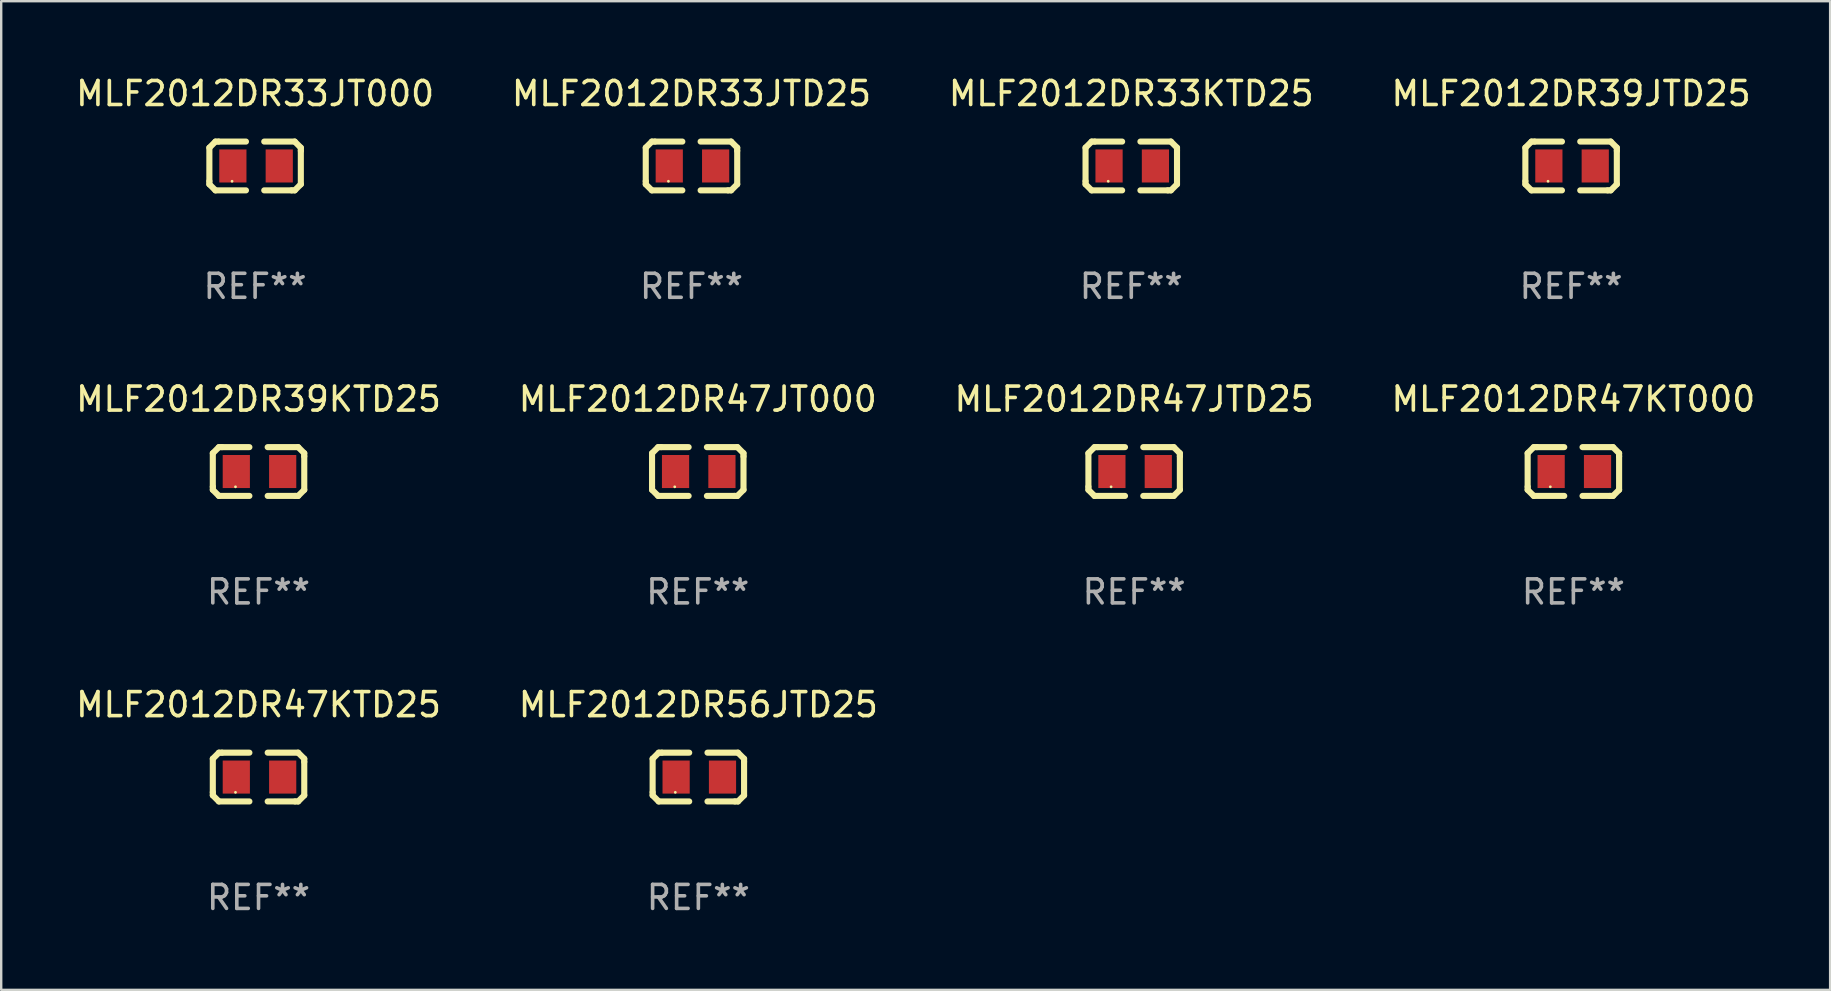
<source format=kicad_pcb>
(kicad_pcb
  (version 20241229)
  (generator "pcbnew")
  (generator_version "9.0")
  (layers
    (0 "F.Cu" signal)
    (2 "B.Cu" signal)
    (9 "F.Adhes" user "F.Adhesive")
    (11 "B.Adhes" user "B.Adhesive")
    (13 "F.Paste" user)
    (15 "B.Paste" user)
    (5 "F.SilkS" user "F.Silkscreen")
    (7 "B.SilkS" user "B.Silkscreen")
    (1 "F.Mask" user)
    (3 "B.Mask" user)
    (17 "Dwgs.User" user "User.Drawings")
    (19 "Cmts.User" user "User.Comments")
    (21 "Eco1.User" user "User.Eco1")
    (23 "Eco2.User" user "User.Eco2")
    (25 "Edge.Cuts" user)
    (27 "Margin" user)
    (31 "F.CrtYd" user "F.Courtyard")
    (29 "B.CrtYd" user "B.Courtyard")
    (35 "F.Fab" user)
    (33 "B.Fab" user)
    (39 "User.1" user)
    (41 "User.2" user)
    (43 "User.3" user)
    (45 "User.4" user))
  (footprint "MLF2012DR47KTD25"
    (layer "F.Cu")
    (at 7.72 29.321)
    (property "Reference" "MLF2012DR47KTD25" (at 0 -3.016 0) (layer "F.SilkS") (effects (font (size 1 1) (thickness 0.15))))
    (attr through_hole)
    (fp_line (start -1.905 -0.762) (end -1.905 0.635) (stroke (width 0.254) (type solid)) (layer "F.SilkS"))
    (fp_line (start -1.905 0.635) (end -1.905 0.762) (stroke (width 0.254) (type solid)) (layer "F.SilkS"))
    (fp_line (start -1.905 0.762) (end -1.651 1.016) (stroke (width 0.254) (type solid)) (layer "F.SilkS"))
    (fp_line (start -1.651 -1.016) (end -1.905 -0.762) (stroke (width 0.254) (type solid)) (layer "F.SilkS"))
    (fp_line (start -1.651 1.016) (end -0.381 1.016) (stroke (width 0.254) (type solid)) (layer "F.SilkS"))
    (fp_line (start -1.524 -1.016) (end -1.651 -1.016) (stroke (width 0.254) (type solid)) (layer "F.SilkS"))
    (fp_line (start -0.381 -1.016) (end -1.524 -1.016) (stroke (width 0.254) (type solid)) (layer "F.SilkS"))
    (fp_line (start 0.381 1.016) (end 1.524 1.016) (stroke (width 0.254) (type solid)) (layer "F.SilkS"))
    (fp_line (start 1.524 1.016) (end 1.651 1.016) (stroke (width 0.254) (type solid)) (layer "F.SilkS"))
    (fp_line (start 1.651 -1.016) (end 0.381 -1.016) (stroke (width 0.254) (type solid)) (layer "F.SilkS"))
    (fp_line (start 1.651 1.016) (end 1.905 0.762) (stroke (width 0.254) (type solid)) (layer "F.SilkS"))
    (fp_line (start 1.905 -0.762) (end 1.651 -1.016) (stroke (width 0.254) (type solid)) (layer "F.SilkS"))
    (fp_line (start 1.905 -0.635) (end 1.905 -0.762) (stroke (width 0.254) (type solid)) (layer "F.SilkS"))
    (fp_line (start 1.905 0.762) (end 1.905 -0.635) (stroke (width 0.254) (type solid)) (layer "F.SilkS"))
    (fp_circle (center -0.96 0.637) (end -0.93 0.637) (stroke (width 0.06) (type solid)) (fill no) (layer "F.SilkS"))
    (fp_text user "REF**" (at 0 5.016 0) (layer "F.Fab") (effects (font (size 1 1) (thickness 0.15))))
    (pad "1" smd rect (at -0.926 -0.000051) (size 1.133 1.377) (layers "F.Cu" "F.Mask" "F.Paste"))
    (pad "2" smd rect (at 1.006 -0.000051) (size 1.133 1.377) (layers "F.Cu" "F.Mask" "F.Paste")))
  (footprint "MLF2012DR47KT000"
    (layer "F.Cu")
    (at 62.494 16.593)
    (property "Reference" "MLF2012DR47KT000" (at 0 -3.016 0) (layer "F.SilkS") (effects (font (size 1 1) (thickness 0.15))))
    (attr through_hole)
    (fp_line (start -1.905 -0.762) (end -1.905 0.635) (stroke (width 0.254) (type solid)) (layer "F.SilkS"))
    (fp_line (start -1.905 0.635) (end -1.905 0.762) (stroke (width 0.254) (type solid)) (layer "F.SilkS"))
    (fp_line (start -1.905 0.762) (end -1.651 1.016) (stroke (width 0.254) (type solid)) (layer "F.SilkS"))
    (fp_line (start -1.651 -1.016) (end -1.905 -0.762) (stroke (width 0.254) (type solid)) (layer "F.SilkS"))
    (fp_line (start -1.651 1.016) (end -0.381 1.016) (stroke (width 0.254) (type solid)) (layer "F.SilkS"))
    (fp_line (start -1.524 -1.016) (end -1.651 -1.016) (stroke (width 0.254) (type solid)) (layer "F.SilkS"))
    (fp_line (start -0.381 -1.016) (end -1.524 -1.016) (stroke (width 0.254) (type solid)) (layer "F.SilkS"))
    (fp_line (start 0.381 1.016) (end 1.524 1.016) (stroke (width 0.254) (type solid)) (layer "F.SilkS"))
    (fp_line (start 1.524 1.016) (end 1.651 1.016) (stroke (width 0.254) (type solid)) (layer "F.SilkS"))
    (fp_line (start 1.651 -1.016) (end 0.381 -1.016) (stroke (width 0.254) (type solid)) (layer "F.SilkS"))
    (fp_line (start 1.651 1.016) (end 1.905 0.762) (stroke (width 0.254) (type solid)) (layer "F.SilkS"))
    (fp_line (start 1.905 -0.762) (end 1.651 -1.016) (stroke (width 0.254) (type solid)) (layer "F.SilkS"))
    (fp_line (start 1.905 -0.635) (end 1.905 -0.762) (stroke (width 0.254) (type solid)) (layer "F.SilkS"))
    (fp_line (start 1.905 0.762) (end 1.905 -0.635) (stroke (width 0.254) (type solid)) (layer "F.SilkS"))
    (fp_circle (center -0.96 0.637) (end -0.93 0.637) (stroke (width 0.06) (type solid)) (fill no) (layer "F.SilkS"))
    (fp_text user "REF**" (at 0 5.016 0) (layer "F.Fab") (effects (font (size 1 1) (thickness 0.15))))
    (pad "1" smd rect (at -0.926 -0.000051) (size 1.133 1.377) (layers "F.Cu" "F.Mask" "F.Paste"))
    (pad "2" smd rect (at 1.006 -0.000051) (size 1.133 1.377) (layers "F.Cu" "F.Mask" "F.Paste")))
  (footprint "MLF2012DR33JT000"
    (layer "F.Cu")
    (at 7.577 3.864)
    (property "Reference" "MLF2012DR33JT000" (at 0 -3.016 0) (layer "F.SilkS") (effects (font (size 1 1) (thickness 0.15))))
    (attr through_hole)
    (fp_line (start -1.905 -0.762) (end -1.905 0.635) (stroke (width 0.254) (type solid)) (layer "F.SilkS"))
    (fp_line (start -1.905 0.635) (end -1.905 0.762) (stroke (width 0.254) (type solid)) (layer "F.SilkS"))
    (fp_line (start -1.905 0.762) (end -1.651 1.016) (stroke (width 0.254) (type solid)) (layer "F.SilkS"))
    (fp_line (start -1.651 -1.016) (end -1.905 -0.762) (stroke (width 0.254) (type solid)) (layer "F.SilkS"))
    (fp_line (start -1.651 1.016) (end -0.381 1.016) (stroke (width 0.254) (type solid)) (layer "F.SilkS"))
    (fp_line (start -1.524 -1.016) (end -1.651 -1.016) (stroke (width 0.254) (type solid)) (layer "F.SilkS"))
    (fp_line (start -0.381 -1.016) (end -1.524 -1.016) (stroke (width 0.254) (type solid)) (layer "F.SilkS"))
    (fp_line (start 0.381 1.016) (end 1.524 1.016) (stroke (width 0.254) (type solid)) (layer "F.SilkS"))
    (fp_line (start 1.524 1.016) (end 1.651 1.016) (stroke (width 0.254) (type solid)) (layer "F.SilkS"))
    (fp_line (start 1.651 -1.016) (end 0.381 -1.016) (stroke (width 0.254) (type solid)) (layer "F.SilkS"))
    (fp_line (start 1.651 1.016) (end 1.905 0.762) (stroke (width 0.254) (type solid)) (layer "F.SilkS"))
    (fp_line (start 1.905 -0.762) (end 1.651 -1.016) (stroke (width 0.254) (type solid)) (layer "F.SilkS"))
    (fp_line (start 1.905 -0.635) (end 1.905 -0.762) (stroke (width 0.254) (type solid)) (layer "F.SilkS"))
    (fp_line (start 1.905 0.762) (end 1.905 -0.635) (stroke (width 0.254) (type solid)) (layer "F.SilkS"))
    (fp_circle (center -0.96 0.637) (end -0.93 0.637) (stroke (width 0.06) (type solid)) (fill no) (layer "F.SilkS"))
    (fp_text user "REF**" (at 0 5.016 0) (layer "F.Fab") (effects (font (size 1 1) (thickness 0.15))))
    (pad "1" smd rect (at -0.926 -0.000051) (size 1.133 1.377) (layers "F.Cu" "F.Mask" "F.Paste"))
    (pad "2" smd rect (at 1.006 -0.000051) (size 1.133 1.377) (layers "F.Cu" "F.Mask" "F.Paste")))
  (footprint "MLF2012DR39KTD25"
    (layer "F.Cu")
    (at 7.72 16.593)
    (property "Reference" "MLF2012DR39KTD25" (at 0 -3.016 0) (layer "F.SilkS") (effects (font (size 1 1) (thickness 0.15))))
    (attr through_hole)
    (fp_line (start -1.905 -0.762) (end -1.905 0.635) (stroke (width 0.254) (type solid)) (layer "F.SilkS"))
    (fp_line (start -1.905 0.635) (end -1.905 0.762) (stroke (width 0.254) (type solid)) (layer "F.SilkS"))
    (fp_line (start -1.905 0.762) (end -1.651 1.016) (stroke (width 0.254) (type solid)) (layer "F.SilkS"))
    (fp_line (start -1.651 -1.016) (end -1.905 -0.762) (stroke (width 0.254) (type solid)) (layer "F.SilkS"))
    (fp_line (start -1.651 1.016) (end -0.381 1.016) (stroke (width 0.254) (type solid)) (layer "F.SilkS"))
    (fp_line (start -1.524 -1.016) (end -1.651 -1.016) (stroke (width 0.254) (type solid)) (layer "F.SilkS"))
    (fp_line (start -0.381 -1.016) (end -1.524 -1.016) (stroke (width 0.254) (type solid)) (layer "F.SilkS"))
    (fp_line (start 0.381 1.016) (end 1.524 1.016) (stroke (width 0.254) (type solid)) (layer "F.SilkS"))
    (fp_line (start 1.524 1.016) (end 1.651 1.016) (stroke (width 0.254) (type solid)) (layer "F.SilkS"))
    (fp_line (start 1.651 -1.016) (end 0.381 -1.016) (stroke (width 0.254) (type solid)) (layer "F.SilkS"))
    (fp_line (start 1.651 1.016) (end 1.905 0.762) (stroke (width 0.254) (type solid)) (layer "F.SilkS"))
    (fp_line (start 1.905 -0.762) (end 1.651 -1.016) (stroke (width 0.254) (type solid)) (layer "F.SilkS"))
    (fp_line (start 1.905 -0.635) (end 1.905 -0.762) (stroke (width 0.254) (type solid)) (layer "F.SilkS"))
    (fp_line (start 1.905 0.762) (end 1.905 -0.635) (stroke (width 0.254) (type solid)) (layer "F.SilkS"))
    (fp_circle (center -0.96 0.637) (end -0.93 0.637) (stroke (width 0.06) (type solid)) (fill no) (layer "F.SilkS"))
    (fp_text user "REF**" (at 0 5.016 0) (layer "F.Fab") (effects (font (size 1 1) (thickness 0.15))))
    (pad "1" smd rect (at -0.926 -0.000051) (size 1.133 1.377) (layers "F.Cu" "F.Mask" "F.Paste"))
    (pad "2" smd rect (at 1.006 -0.000051) (size 1.133 1.377) (layers "F.Cu" "F.Mask" "F.Paste")))
  (footprint "MLF2012DR33KTD25"
    (layer "F.Cu")
    (at 44.077 3.864)
    (property "Reference" "MLF2012DR33KTD25" (at 0 -3.016 0) (layer "F.SilkS") (effects (font (size 1 1) (thickness 0.15))))
    (attr through_hole)
    (fp_line (start -1.905 -0.762) (end -1.905 0.635) (stroke (width 0.254) (type solid)) (layer "F.SilkS"))
    (fp_line (start -1.905 0.635) (end -1.905 0.762) (stroke (width 0.254) (type solid)) (layer "F.SilkS"))
    (fp_line (start -1.905 0.762) (end -1.651 1.016) (stroke (width 0.254) (type solid)) (layer "F.SilkS"))
    (fp_line (start -1.651 -1.016) (end -1.905 -0.762) (stroke (width 0.254) (type solid)) (layer "F.SilkS"))
    (fp_line (start -1.651 1.016) (end -0.381 1.016) (stroke (width 0.254) (type solid)) (layer "F.SilkS"))
    (fp_line (start -1.524 -1.016) (end -1.651 -1.016) (stroke (width 0.254) (type solid)) (layer "F.SilkS"))
    (fp_line (start -0.381 -1.016) (end -1.524 -1.016) (stroke (width 0.254) (type solid)) (layer "F.SilkS"))
    (fp_line (start 0.381 1.016) (end 1.524 1.016) (stroke (width 0.254) (type solid)) (layer "F.SilkS"))
    (fp_line (start 1.524 1.016) (end 1.651 1.016) (stroke (width 0.254) (type solid)) (layer "F.SilkS"))
    (fp_line (start 1.651 -1.016) (end 0.381 -1.016) (stroke (width 0.254) (type solid)) (layer "F.SilkS"))
    (fp_line (start 1.651 1.016) (end 1.905 0.762) (stroke (width 0.254) (type solid)) (layer "F.SilkS"))
    (fp_line (start 1.905 -0.762) (end 1.651 -1.016) (stroke (width 0.254) (type solid)) (layer "F.SilkS"))
    (fp_line (start 1.905 -0.635) (end 1.905 -0.762) (stroke (width 0.254) (type solid)) (layer "F.SilkS"))
    (fp_line (start 1.905 0.762) (end 1.905 -0.635) (stroke (width 0.254) (type solid)) (layer "F.SilkS"))
    (fp_circle (center -0.96 0.637) (end -0.93 0.637) (stroke (width 0.06) (type solid)) (fill no) (layer "F.SilkS"))
    (fp_text user "REF**" (at 0 5.016 0) (layer "F.Fab") (effects (font (size 1 1) (thickness 0.15))))
    (pad "1" smd rect (at -0.926 -0.000051) (size 1.133 1.377) (layers "F.Cu" "F.Mask" "F.Paste"))
    (pad "2" smd rect (at 1.006 -0.000051) (size 1.133 1.377) (layers "F.Cu" "F.Mask" "F.Paste")))
  (footprint "MLF2012DR47JTD25"
    (layer "F.Cu")
    (at 44.196 16.593)
    (property "Reference" "MLF2012DR47JTD25" (at 0 -3.016 0) (layer "F.SilkS") (effects (font (size 1 1) (thickness 0.15))))
    (attr through_hole)
    (fp_line (start -1.905 -0.762) (end -1.905 0.635) (stroke (width 0.254) (type solid)) (layer "F.SilkS"))
    (fp_line (start -1.905 0.635) (end -1.905 0.762) (stroke (width 0.254) (type solid)) (layer "F.SilkS"))
    (fp_line (start -1.905 0.762) (end -1.651 1.016) (stroke (width 0.254) (type solid)) (layer "F.SilkS"))
    (fp_line (start -1.651 -1.016) (end -1.905 -0.762) (stroke (width 0.254) (type solid)) (layer "F.SilkS"))
    (fp_line (start -1.651 1.016) (end -0.381 1.016) (stroke (width 0.254) (type solid)) (layer "F.SilkS"))
    (fp_line (start -1.524 -1.016) (end -1.651 -1.016) (stroke (width 0.254) (type solid)) (layer "F.SilkS"))
    (fp_line (start -0.381 -1.016) (end -1.524 -1.016) (stroke (width 0.254) (type solid)) (layer "F.SilkS"))
    (fp_line (start 0.381 1.016) (end 1.524 1.016) (stroke (width 0.254) (type solid)) (layer "F.SilkS"))
    (fp_line (start 1.524 1.016) (end 1.651 1.016) (stroke (width 0.254) (type solid)) (layer "F.SilkS"))
    (fp_line (start 1.651 -1.016) (end 0.381 -1.016) (stroke (width 0.254) (type solid)) (layer "F.SilkS"))
    (fp_line (start 1.651 1.016) (end 1.905 0.762) (stroke (width 0.254) (type solid)) (layer "F.SilkS"))
    (fp_line (start 1.905 -0.762) (end 1.651 -1.016) (stroke (width 0.254) (type solid)) (layer "F.SilkS"))
    (fp_line (start 1.905 -0.635) (end 1.905 -0.762) (stroke (width 0.254) (type solid)) (layer "F.SilkS"))
    (fp_line (start 1.905 0.762) (end 1.905 -0.635) (stroke (width 0.254) (type solid)) (layer "F.SilkS"))
    (fp_circle (center -0.96 0.637) (end -0.93 0.637) (stroke (width 0.06) (type solid)) (fill no) (layer "F.SilkS"))
    (fp_text user "REF**" (at 0 5.016 0) (layer "F.Fab") (effects (font (size 1 1) (thickness 0.15))))
    (pad "1" smd rect (at -0.926 -0.000051) (size 1.133 1.377) (layers "F.Cu" "F.Mask" "F.Paste"))
    (pad "2" smd rect (at 1.006 -0.000051) (size 1.133 1.377) (layers "F.Cu" "F.Mask" "F.Paste")))
  (footprint "MLF2012DR56JTD25"
    (layer "F.Cu")
    (at 26.042 29.321)
    (property "Reference" "MLF2012DR56JTD25" (at 0 -3.016 0) (layer "F.SilkS") (effects (font (size 1 1) (thickness 0.15))))
    (attr through_hole)
    (fp_line (start -1.905 -0.762) (end -1.905 0.635) (stroke (width 0.254) (type solid)) (layer "F.SilkS"))
    (fp_line (start -1.905 0.635) (end -1.905 0.762) (stroke (width 0.254) (type solid)) (layer "F.SilkS"))
    (fp_line (start -1.905 0.762) (end -1.651 1.016) (stroke (width 0.254) (type solid)) (layer "F.SilkS"))
    (fp_line (start -1.651 -1.016) (end -1.905 -0.762) (stroke (width 0.254) (type solid)) (layer "F.SilkS"))
    (fp_line (start -1.651 1.016) (end -0.381 1.016) (stroke (width 0.254) (type solid)) (layer "F.SilkS"))
    (fp_line (start -1.524 -1.016) (end -1.651 -1.016) (stroke (width 0.254) (type solid)) (layer "F.SilkS"))
    (fp_line (start -0.381 -1.016) (end -1.524 -1.016) (stroke (width 0.254) (type solid)) (layer "F.SilkS"))
    (fp_line (start 0.381 1.016) (end 1.524 1.016) (stroke (width 0.254) (type solid)) (layer "F.SilkS"))
    (fp_line (start 1.524 1.016) (end 1.651 1.016) (stroke (width 0.254) (type solid)) (layer "F.SilkS"))
    (fp_line (start 1.651 -1.016) (end 0.381 -1.016) (stroke (width 0.254) (type solid)) (layer "F.SilkS"))
    (fp_line (start 1.651 1.016) (end 1.905 0.762) (stroke (width 0.254) (type solid)) (layer "F.SilkS"))
    (fp_line (start 1.905 -0.762) (end 1.651 -1.016) (stroke (width 0.254) (type solid)) (layer "F.SilkS"))
    (fp_line (start 1.905 -0.635) (end 1.905 -0.762) (stroke (width 0.254) (type solid)) (layer "F.SilkS"))
    (fp_line (start 1.905 0.762) (end 1.905 -0.635) (stroke (width 0.254) (type solid)) (layer "F.SilkS"))
    (fp_circle (center -0.96 0.637) (end -0.93 0.637) (stroke (width 0.06) (type solid)) (fill no) (layer "F.SilkS"))
    (fp_text user "REF**" (at 0 5.016 0) (layer "F.Fab") (effects (font (size 1 1) (thickness 0.15))))
    (pad "1" smd rect (at -0.926 -0.000051) (size 1.133 1.377) (layers "F.Cu" "F.Mask" "F.Paste"))
    (pad "2" smd rect (at 1.006 -0.000051) (size 1.133 1.377) (layers "F.Cu" "F.Mask" "F.Paste")))
  (footprint "MLF2012DR33JTD25"
    (layer "F.Cu")
    (at 25.756 3.864)
    (property "Reference" "MLF2012DR33JTD25" (at 0 -3.016 0) (layer "F.SilkS") (effects (font (size 1 1) (thickness 0.15))))
    (attr through_hole)
    (fp_line (start -1.905 -0.762) (end -1.905 0.635) (stroke (width 0.254) (type solid)) (layer "F.SilkS"))
    (fp_line (start -1.905 0.635) (end -1.905 0.762) (stroke (width 0.254) (type solid)) (layer "F.SilkS"))
    (fp_line (start -1.905 0.762) (end -1.651 1.016) (stroke (width 0.254) (type solid)) (layer "F.SilkS"))
    (fp_line (start -1.651 -1.016) (end -1.905 -0.762) (stroke (width 0.254) (type solid)) (layer "F.SilkS"))
    (fp_line (start -1.651 1.016) (end -0.381 1.016) (stroke (width 0.254) (type solid)) (layer "F.SilkS"))
    (fp_line (start -1.524 -1.016) (end -1.651 -1.016) (stroke (width 0.254) (type solid)) (layer "F.SilkS"))
    (fp_line (start -0.381 -1.016) (end -1.524 -1.016) (stroke (width 0.254) (type solid)) (layer "F.SilkS"))
    (fp_line (start 0.381 1.016) (end 1.524 1.016) (stroke (width 0.254) (type solid)) (layer "F.SilkS"))
    (fp_line (start 1.524 1.016) (end 1.651 1.016) (stroke (width 0.254) (type solid)) (layer "F.SilkS"))
    (fp_line (start 1.651 -1.016) (end 0.381 -1.016) (stroke (width 0.254) (type solid)) (layer "F.SilkS"))
    (fp_line (start 1.651 1.016) (end 1.905 0.762) (stroke (width 0.254) (type solid)) (layer "F.SilkS"))
    (fp_line (start 1.905 -0.762) (end 1.651 -1.016) (stroke (width 0.254) (type solid)) (layer "F.SilkS"))
    (fp_line (start 1.905 -0.635) (end 1.905 -0.762) (stroke (width 0.254) (type solid)) (layer "F.SilkS"))
    (fp_line (start 1.905 0.762) (end 1.905 -0.635) (stroke (width 0.254) (type solid)) (layer "F.SilkS"))
    (fp_circle (center -0.96 0.637) (end -0.93 0.637) (stroke (width 0.06) (type solid)) (fill no) (layer "F.SilkS"))
    (fp_text user "REF**" (at 0 5.016 0) (layer "F.Fab") (effects (font (size 1 1) (thickness 0.15))))
    (pad "1" smd rect (at -0.926 -0.000051) (size 1.133 1.377) (layers "F.Cu" "F.Mask" "F.Paste"))
    (pad "2" smd rect (at 1.006 -0.000051) (size 1.133 1.377) (layers "F.Cu" "F.Mask" "F.Paste")))
  (footprint "MLF2012DR39JTD25"
    (layer "F.Cu")
    (at 62.399 3.864)
    (property "Reference" "MLF2012DR39JTD25" (at 0 -3.016 0) (layer "F.SilkS") (effects (font (size 1 1) (thickness 0.15))))
    (attr through_hole)
    (fp_line (start -1.905 -0.762) (end -1.905 0.635) (stroke (width 0.254) (type solid)) (layer "F.SilkS"))
    (fp_line (start -1.905 0.635) (end -1.905 0.762) (stroke (width 0.254) (type solid)) (layer "F.SilkS"))
    (fp_line (start -1.905 0.762) (end -1.651 1.016) (stroke (width 0.254) (type solid)) (layer "F.SilkS"))
    (fp_line (start -1.651 -1.016) (end -1.905 -0.762) (stroke (width 0.254) (type solid)) (layer "F.SilkS"))
    (fp_line (start -1.651 1.016) (end -0.381 1.016) (stroke (width 0.254) (type solid)) (layer "F.SilkS"))
    (fp_line (start -1.524 -1.016) (end -1.651 -1.016) (stroke (width 0.254) (type solid)) (layer "F.SilkS"))
    (fp_line (start -0.381 -1.016) (end -1.524 -1.016) (stroke (width 0.254) (type solid)) (layer "F.SilkS"))
    (fp_line (start 0.381 1.016) (end 1.524 1.016) (stroke (width 0.254) (type solid)) (layer "F.SilkS"))
    (fp_line (start 1.524 1.016) (end 1.651 1.016) (stroke (width 0.254) (type solid)) (layer "F.SilkS"))
    (fp_line (start 1.651 -1.016) (end 0.381 -1.016) (stroke (width 0.254) (type solid)) (layer "F.SilkS"))
    (fp_line (start 1.651 1.016) (end 1.905 0.762) (stroke (width 0.254) (type solid)) (layer "F.SilkS"))
    (fp_line (start 1.905 -0.762) (end 1.651 -1.016) (stroke (width 0.254) (type solid)) (layer "F.SilkS"))
    (fp_line (start 1.905 -0.635) (end 1.905 -0.762) (stroke (width 0.254) (type solid)) (layer "F.SilkS"))
    (fp_line (start 1.905 0.762) (end 1.905 -0.635) (stroke (width 0.254) (type solid)) (layer "F.SilkS"))
    (fp_circle (center -0.96 0.637) (end -0.93 0.637) (stroke (width 0.06) (type solid)) (fill no) (layer "F.SilkS"))
    (fp_text user "REF**" (at 0 5.016 0) (layer "F.Fab") (effects (font (size 1 1) (thickness 0.15))))
    (pad "1" smd rect (at -0.926 -0.000051) (size 1.133 1.377) (layers "F.Cu" "F.Mask" "F.Paste"))
    (pad "2" smd rect (at 1.006 -0.000051) (size 1.133 1.377) (layers "F.Cu" "F.Mask" "F.Paste")))
  (footprint "MLF2012DR47JT000"
    (layer "F.Cu")
    (at 26.018 16.593)
    (property "Reference" "MLF2012DR47JT000" (at 0 -3.016 0) (layer "F.SilkS") (effects (font (size 1 1) (thickness 0.15))))
    (attr through_hole)
    (fp_line (start -1.905 -0.762) (end -1.905 0.635) (stroke (width 0.254) (type solid)) (layer "F.SilkS"))
    (fp_line (start -1.905 0.635) (end -1.905 0.762) (stroke (width 0.254) (type solid)) (layer "F.SilkS"))
    (fp_line (start -1.905 0.762) (end -1.651 1.016) (stroke (width 0.254) (type solid)) (layer "F.SilkS"))
    (fp_line (start -1.651 -1.016) (end -1.905 -0.762) (stroke (width 0.254) (type solid)) (layer "F.SilkS"))
    (fp_line (start -1.651 1.016) (end -0.381 1.016) (stroke (width 0.254) (type solid)) (layer "F.SilkS"))
    (fp_line (start -1.524 -1.016) (end -1.651 -1.016) (stroke (width 0.254) (type solid)) (layer "F.SilkS"))
    (fp_line (start -0.381 -1.016) (end -1.524 -1.016) (stroke (width 0.254) (type solid)) (layer "F.SilkS"))
    (fp_line (start 0.381 1.016) (end 1.524 1.016) (stroke (width 0.254) (type solid)) (layer "F.SilkS"))
    (fp_line (start 1.524 1.016) (end 1.651 1.016) (stroke (width 0.254) (type solid)) (layer "F.SilkS"))
    (fp_line (start 1.651 -1.016) (end 0.381 -1.016) (stroke (width 0.254) (type solid)) (layer "F.SilkS"))
    (fp_line (start 1.651 1.016) (end 1.905 0.762) (stroke (width 0.254) (type solid)) (layer "F.SilkS"))
    (fp_line (start 1.905 -0.762) (end 1.651 -1.016) (stroke (width 0.254) (type solid)) (layer "F.SilkS"))
    (fp_line (start 1.905 -0.635) (end 1.905 -0.762) (stroke (width 0.254) (type solid)) (layer "F.SilkS"))
    (fp_line (start 1.905 0.762) (end 1.905 -0.635) (stroke (width 0.254) (type solid)) (layer "F.SilkS"))
    (fp_circle (center -0.96 0.637) (end -0.93 0.637) (stroke (width 0.06) (type solid)) (fill no) (layer "F.SilkS"))
    (fp_text user "REF**" (at 0 5.016 0) (layer "F.Fab") (effects (font (size 1 1) (thickness 0.15))))
    (pad "1" smd rect (at -0.926 -0.000051) (size 1.133 1.377) (layers "F.Cu" "F.Mask" "F.Paste"))
    (pad "2" smd rect (at 1.006 -0.000051) (size 1.133 1.377) (layers "F.Cu" "F.Mask" "F.Paste")))
  (gr_rect
    (start -3 -3)
    (end 73.19 38.186)
    (stroke (width 0.1) (type default))
    (fill no)
    (layer "Edge.Cuts")))
</source>
